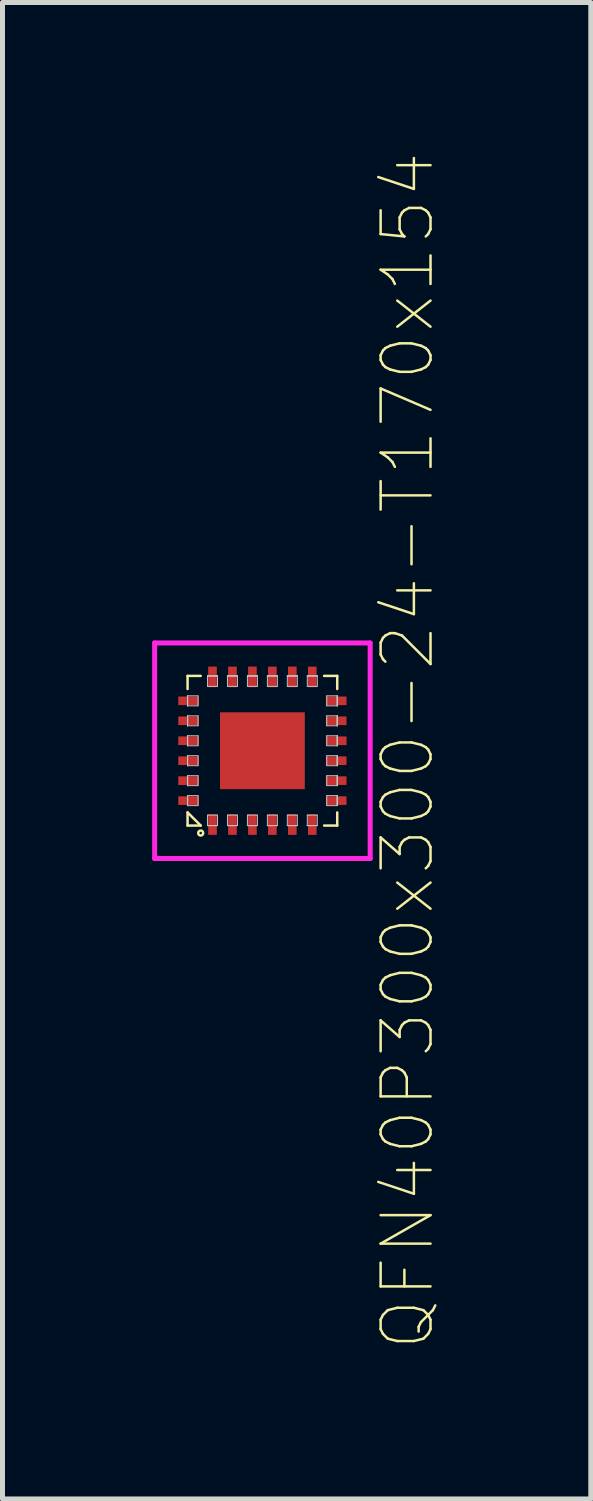
<source format=kicad_pcb>
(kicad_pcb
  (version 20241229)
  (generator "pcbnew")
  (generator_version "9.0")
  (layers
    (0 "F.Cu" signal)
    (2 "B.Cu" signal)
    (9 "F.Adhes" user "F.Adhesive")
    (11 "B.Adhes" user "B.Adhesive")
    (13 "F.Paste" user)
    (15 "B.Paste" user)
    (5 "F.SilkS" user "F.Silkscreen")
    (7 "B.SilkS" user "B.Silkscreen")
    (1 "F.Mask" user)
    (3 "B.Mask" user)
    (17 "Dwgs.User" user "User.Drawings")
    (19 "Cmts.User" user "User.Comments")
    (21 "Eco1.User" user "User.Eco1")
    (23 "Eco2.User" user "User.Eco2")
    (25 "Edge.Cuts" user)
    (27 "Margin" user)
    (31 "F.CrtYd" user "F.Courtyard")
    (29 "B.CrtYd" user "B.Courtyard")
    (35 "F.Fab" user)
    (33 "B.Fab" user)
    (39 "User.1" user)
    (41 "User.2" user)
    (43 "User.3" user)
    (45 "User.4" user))
  (footprint "QFN40P300x300-24-T170x154"
    (layer "F.Cu")
    (at 2.21 11.999)
    (property "Reference" "QFN40P300x300-24-T170x154" (at 2.91 0 90) (layer "F.SilkS") (effects (font (size 1 1) (thickness 0.05))))
    (attr through_hole)
    (fp_line (start -1.5 -1.5) (end -1.5 -1.237) (stroke (width 0.05) (type solid)) (layer "F.SilkS"))
    (fp_line (start -1.5 -1.5) (end -1.237 -1.5) (stroke (width 0.05) (type solid)) (layer "F.SilkS"))
    (fp_line (start -1.5 1.237) (end -1.237 1.5) (stroke (width 0.05) (type solid)) (layer "F.SilkS"))
    (fp_line (start -1.5 1.5) (end -1.5 1.237) (stroke (width 0.05) (type solid)) (layer "F.SilkS"))
    (fp_line (start -1.5 1.5) (end -1.237 1.5) (stroke (width 0.05) (type solid)) (layer "F.SilkS"))
    (fp_line (start 1.5 -1.5) (end 1.237 -1.5) (stroke (width 0.05) (type solid)) (layer "F.SilkS"))
    (fp_line (start 1.5 -1.5) (end 1.5 -1.237) (stroke (width 0.05) (type solid)) (layer "F.SilkS"))
    (fp_line (start 1.5 1.5) (end 1.237 1.5) (stroke (width 0.05) (type solid)) (layer "F.SilkS"))
    (fp_line (start 1.5 1.5) (end 1.5 1.237) (stroke (width 0.05) (type solid)) (layer "F.SilkS"))
    (fp_circle (center -1.237 1.65) (end -1.187 1.65) (stroke (width 0.05) (type solid)) (fill no) (layer "F.SilkS"))
    (fp_line (start -1.5 -1.1) (end -1.5 -1.1) (stroke (width 0.02) (type solid)) (layer "Dwgs.User"))
    (fp_line (start -1.5 -1.1) (end -1.5 -0.9) (stroke (width 0.02) (type solid)) (layer "Dwgs.User"))
    (fp_line (start -1.5 -1.1) (end -1.29 -1.1) (stroke (width 0.02) (type solid)) (layer "Dwgs.User"))
    (fp_line (start -1.5 -0.9) (end -1.5 -1.1) (stroke (width 0.02) (type solid)) (layer "Dwgs.User"))
    (fp_line (start -1.5 -0.9) (end -1.5 -1.1) (stroke (width 0.02) (type solid)) (layer "Dwgs.User"))
    (fp_line (start -1.5 -0.9) (end -1.5 -0.9) (stroke (width 0.02) (type solid)) (layer "Dwgs.User"))
    (fp_line (start -1.5 -0.7) (end -1.5 -0.7) (stroke (width 0.02) (type solid)) (layer "Dwgs.User"))
    (fp_line (start -1.5 -0.7) (end -1.5 -0.5) (stroke (width 0.02) (type solid)) (layer "Dwgs.User"))
    (fp_line (start -1.5 -0.7) (end -1.29 -0.7) (stroke (width 0.02) (type solid)) (layer "Dwgs.User"))
    (fp_line (start -1.5 -0.5) (end -1.5 -0.7) (stroke (width 0.02) (type solid)) (layer "Dwgs.User"))
    (fp_line (start -1.5 -0.5) (end -1.5 -0.7) (stroke (width 0.02) (type solid)) (layer "Dwgs.User"))
    (fp_line (start -1.5 -0.5) (end -1.5 -0.5) (stroke (width 0.02) (type solid)) (layer "Dwgs.User"))
    (fp_line (start -1.5 -0.3) (end -1.5 -0.3) (stroke (width 0.02) (type solid)) (layer "Dwgs.User"))
    (fp_line (start -1.5 -0.3) (end -1.5 -0.1) (stroke (width 0.02) (type solid)) (layer "Dwgs.User"))
    (fp_line (start -1.5 -0.3) (end -1.29 -0.3) (stroke (width 0.02) (type solid)) (layer "Dwgs.User"))
    (fp_line (start -1.5 -0.1) (end -1.5 -0.3) (stroke (width 0.02) (type solid)) (layer "Dwgs.User"))
    (fp_line (start -1.5 -0.1) (end -1.5 -0.3) (stroke (width 0.02) (type solid)) (layer "Dwgs.User"))
    (fp_line (start -1.5 -0.1) (end -1.5 -0.1) (stroke (width 0.02) (type solid)) (layer "Dwgs.User"))
    (fp_line (start -1.5 0.1) (end -1.5 0.1) (stroke (width 0.02) (type solid)) (layer "Dwgs.User"))
    (fp_line (start -1.5 0.1) (end -1.5 0.3) (stroke (width 0.02) (type solid)) (layer "Dwgs.User"))
    (fp_line (start -1.5 0.1) (end -1.29 0.1) (stroke (width 0.02) (type solid)) (layer "Dwgs.User"))
    (fp_line (start -1.5 0.3) (end -1.5 0.1) (stroke (width 0.02) (type solid)) (layer "Dwgs.User"))
    (fp_line (start -1.5 0.3) (end -1.5 0.1) (stroke (width 0.02) (type solid)) (layer "Dwgs.User"))
    (fp_line (start -1.5 0.3) (end -1.5 0.3) (stroke (width 0.02) (type solid)) (layer "Dwgs.User"))
    (fp_line (start -1.5 0.5) (end -1.5 0.5) (stroke (width 0.02) (type solid)) (layer "Dwgs.User"))
    (fp_line (start -1.5 0.5) (end -1.5 0.7) (stroke (width 0.02) (type solid)) (layer "Dwgs.User"))
    (fp_line (start -1.5 0.5) (end -1.29 0.5) (stroke (width 0.02) (type solid)) (layer "Dwgs.User"))
    (fp_line (start -1.5 0.7) (end -1.5 0.5) (stroke (width 0.02) (type solid)) (layer "Dwgs.User"))
    (fp_line (start -1.5 0.7) (end -1.5 0.5) (stroke (width 0.02) (type solid)) (layer "Dwgs.User"))
    (fp_line (start -1.5 0.7) (end -1.5 0.7) (stroke (width 0.02) (type solid)) (layer "Dwgs.User"))
    (fp_line (start -1.5 0.9) (end -1.5 0.9) (stroke (width 0.02) (type solid)) (layer "Dwgs.User"))
    (fp_line (start -1.5 0.9) (end -1.5 1.1) (stroke (width 0.02) (type solid)) (layer "Dwgs.User"))
    (fp_line (start -1.5 0.9) (end -1.29 0.9) (stroke (width 0.02) (type solid)) (layer "Dwgs.User"))
    (fp_line (start -1.5 1.1) (end -1.5 0.9) (stroke (width 0.02) (type solid)) (layer "Dwgs.User"))
    (fp_line (start -1.5 1.1) (end -1.5 0.9) (stroke (width 0.02) (type solid)) (layer "Dwgs.User"))
    (fp_line (start -1.5 1.1) (end -1.5 1.1) (stroke (width 0.02) (type solid)) (layer "Dwgs.User"))
    (fp_line (start -1.29 -1.1) (end -1.29 -0.9) (stroke (width 0.02) (type solid)) (layer "Dwgs.User"))
    (fp_line (start -1.29 -0.9) (end -1.5 -0.9) (stroke (width 0.02) (type solid)) (layer "Dwgs.User"))
    (fp_line (start -1.29 -0.7) (end -1.29 -0.5) (stroke (width 0.02) (type solid)) (layer "Dwgs.User"))
    (fp_line (start -1.29 -0.5) (end -1.5 -0.5) (stroke (width 0.02) (type solid)) (layer "Dwgs.User"))
    (fp_line (start -1.29 -0.3) (end -1.29 -0.1) (stroke (width 0.02) (type solid)) (layer "Dwgs.User"))
    (fp_line (start -1.29 -0.1) (end -1.5 -0.1) (stroke (width 0.02) (type solid)) (layer "Dwgs.User"))
    (fp_line (start -1.29 0.1) (end -1.29 0.3) (stroke (width 0.02) (type solid)) (layer "Dwgs.User"))
    (fp_line (start -1.29 0.3) (end -1.5 0.3) (stroke (width 0.02) (type solid)) (layer "Dwgs.User"))
    (fp_line (start -1.29 0.5) (end -1.29 0.7) (stroke (width 0.02) (type solid)) (layer "Dwgs.User"))
    (fp_line (start -1.29 0.7) (end -1.5 0.7) (stroke (width 0.02) (type solid)) (layer "Dwgs.User"))
    (fp_line (start -1.29 0.9) (end -1.29 1.1) (stroke (width 0.02) (type solid)) (layer "Dwgs.User"))
    (fp_line (start -1.29 1.1) (end -1.5 1.1) (stroke (width 0.02) (type solid)) (layer "Dwgs.User"))
    (fp_line (start -1.1 -1.5) (end -1.1 -1.5) (stroke (width 0.02) (type solid)) (layer "Dwgs.User"))
    (fp_line (start -1.1 -1.5) (end -0.9 -1.5) (stroke (width 0.02) (type solid)) (layer "Dwgs.User"))
    (fp_line (start -1.1 -1.5) (end -0.9 -1.5) (stroke (width 0.02) (type solid)) (layer "Dwgs.User"))
    (fp_line (start -1.1 -1.29) (end -1.1 -1.5) (stroke (width 0.02) (type solid)) (layer "Dwgs.User"))
    (fp_line (start -1.1 1.29) (end -1.1 1.5) (stroke (width 0.02) (type solid)) (layer "Dwgs.User"))
    (fp_line (start -1.1 1.5) (end -1.1 1.5) (stroke (width 0.02) (type solid)) (layer "Dwgs.User"))
    (fp_line (start -1.1 1.5) (end -0.9 1.5) (stroke (width 0.02) (type solid)) (layer "Dwgs.User"))
    (fp_line (start -1.1 1.5) (end -0.9 1.5) (stroke (width 0.02) (type solid)) (layer "Dwgs.User"))
    (fp_line (start -0.9 -1.5) (end -1.1 -1.5) (stroke (width 0.02) (type solid)) (layer "Dwgs.User"))
    (fp_line (start -0.9 -1.5) (end -0.9 -1.5) (stroke (width 0.02) (type solid)) (layer "Dwgs.User"))
    (fp_line (start -0.9 -1.5) (end -0.9 -1.29) (stroke (width 0.02) (type solid)) (layer "Dwgs.User"))
    (fp_line (start -0.9 -1.29) (end -1.1 -1.29) (stroke (width 0.02) (type solid)) (layer "Dwgs.User"))
    (fp_line (start -0.9 1.29) (end -1.1 1.29) (stroke (width 0.02) (type solid)) (layer "Dwgs.User"))
    (fp_line (start -0.9 1.5) (end -1.1 1.5) (stroke (width 0.02) (type solid)) (layer "Dwgs.User"))
    (fp_line (start -0.9 1.5) (end -0.9 1.29) (stroke (width 0.02) (type solid)) (layer "Dwgs.User"))
    (fp_line (start -0.9 1.5) (end -0.9 1.5) (stroke (width 0.02) (type solid)) (layer "Dwgs.User"))
    (fp_line (start -0.7 -1.5) (end -0.7 -1.5) (stroke (width 0.02) (type solid)) (layer "Dwgs.User"))
    (fp_line (start -0.7 -1.5) (end -0.5 -1.5) (stroke (width 0.02) (type solid)) (layer "Dwgs.User"))
    (fp_line (start -0.7 -1.5) (end -0.5 -1.5) (stroke (width 0.02) (type solid)) (layer "Dwgs.User"))
    (fp_line (start -0.7 -1.29) (end -0.7 -1.5) (stroke (width 0.02) (type solid)) (layer "Dwgs.User"))
    (fp_line (start -0.7 1.29) (end -0.7 1.5) (stroke (width 0.02) (type solid)) (layer "Dwgs.User"))
    (fp_line (start -0.7 1.5) (end -0.7 1.5) (stroke (width 0.02) (type solid)) (layer "Dwgs.User"))
    (fp_line (start -0.7 1.5) (end -0.5 1.5) (stroke (width 0.02) (type solid)) (layer "Dwgs.User"))
    (fp_line (start -0.7 1.5) (end -0.5 1.5) (stroke (width 0.02) (type solid)) (layer "Dwgs.User"))
    (fp_line (start -0.5 -1.5) (end -0.7 -1.5) (stroke (width 0.02) (type solid)) (layer "Dwgs.User"))
    (fp_line (start -0.5 -1.5) (end -0.5 -1.5) (stroke (width 0.02) (type solid)) (layer "Dwgs.User"))
    (fp_line (start -0.5 -1.5) (end -0.5 -1.29) (stroke (width 0.02) (type solid)) (layer "Dwgs.User"))
    (fp_line (start -0.5 -1.29) (end -0.7 -1.29) (stroke (width 0.02) (type solid)) (layer "Dwgs.User"))
    (fp_line (start -0.5 1.29) (end -0.7 1.29) (stroke (width 0.02) (type solid)) (layer "Dwgs.User"))
    (fp_line (start -0.5 1.5) (end -0.7 1.5) (stroke (width 0.02) (type solid)) (layer "Dwgs.User"))
    (fp_line (start -0.5 1.5) (end -0.5 1.29) (stroke (width 0.02) (type solid)) (layer "Dwgs.User"))
    (fp_line (start -0.5 1.5) (end -0.5 1.5) (stroke (width 0.02) (type solid)) (layer "Dwgs.User"))
    (fp_line (start -0.3 -1.5) (end -0.3 -1.5) (stroke (width 0.02) (type solid)) (layer "Dwgs.User"))
    (fp_line (start -0.3 -1.5) (end -0.1 -1.5) (stroke (width 0.02) (type solid)) (layer "Dwgs.User"))
    (fp_line (start -0.3 -1.5) (end -0.1 -1.5) (stroke (width 0.02) (type solid)) (layer "Dwgs.User"))
    (fp_line (start -0.3 -1.29) (end -0.3 -1.5) (stroke (width 0.02) (type solid)) (layer "Dwgs.User"))
    (fp_line (start -0.3 1.29) (end -0.3 1.5) (stroke (width 0.02) (type solid)) (layer "Dwgs.User"))
    (fp_line (start -0.3 1.5) (end -0.3 1.5) (stroke (width 0.02) (type solid)) (layer "Dwgs.User"))
    (fp_line (start -0.3 1.5) (end -0.1 1.5) (stroke (width 0.02) (type solid)) (layer "Dwgs.User"))
    (fp_line (start -0.3 1.5) (end -0.1 1.5) (stroke (width 0.02) (type solid)) (layer "Dwgs.User"))
    (fp_line (start -0.1 -1.5) (end -0.3 -1.5) (stroke (width 0.02) (type solid)) (layer "Dwgs.User"))
    (fp_line (start -0.1 -1.5) (end -0.1 -1.5) (stroke (width 0.02) (type solid)) (layer "Dwgs.User"))
    (fp_line (start -0.1 -1.5) (end -0.1 -1.29) (stroke (width 0.02) (type solid)) (layer "Dwgs.User"))
    (fp_line (start -0.1 -1.29) (end -0.3 -1.29) (stroke (width 0.02) (type solid)) (layer "Dwgs.User"))
    (fp_line (start -0.1 1.29) (end -0.3 1.29) (stroke (width 0.02) (type solid)) (layer "Dwgs.User"))
    (fp_line (start -0.1 1.5) (end -0.3 1.5) (stroke (width 0.02) (type solid)) (layer "Dwgs.User"))
    (fp_line (start -0.1 1.5) (end -0.1 1.29) (stroke (width 0.02) (type solid)) (layer "Dwgs.User"))
    (fp_line (start -0.1 1.5) (end -0.1 1.5) (stroke (width 0.02) (type solid)) (layer "Dwgs.User"))
    (fp_line (start 0.1 -1.5) (end 0.1 -1.5) (stroke (width 0.02) (type solid)) (layer "Dwgs.User"))
    (fp_line (start 0.1 -1.5) (end 0.3 -1.5) (stroke (width 0.02) (type solid)) (layer "Dwgs.User"))
    (fp_line (start 0.1 -1.5) (end 0.3 -1.5) (stroke (width 0.02) (type solid)) (layer "Dwgs.User"))
    (fp_line (start 0.1 -1.29) (end 0.1 -1.5) (stroke (width 0.02) (type solid)) (layer "Dwgs.User"))
    (fp_line (start 0.1 1.29) (end 0.1 1.5) (stroke (width 0.02) (type solid)) (layer "Dwgs.User"))
    (fp_line (start 0.1 1.5) (end 0.1 1.5) (stroke (width 0.02) (type solid)) (layer "Dwgs.User"))
    (fp_line (start 0.1 1.5) (end 0.3 1.5) (stroke (width 0.02) (type solid)) (layer "Dwgs.User"))
    (fp_line (start 0.1 1.5) (end 0.3 1.5) (stroke (width 0.02) (type solid)) (layer "Dwgs.User"))
    (fp_line (start 0.3 -1.5) (end 0.1 -1.5) (stroke (width 0.02) (type solid)) (layer "Dwgs.User"))
    (fp_line (start 0.3 -1.5) (end 0.3 -1.5) (stroke (width 0.02) (type solid)) (layer "Dwgs.User"))
    (fp_line (start 0.3 -1.5) (end 0.3 -1.29) (stroke (width 0.02) (type solid)) (layer "Dwgs.User"))
    (fp_line (start 0.3 -1.29) (end 0.1 -1.29) (stroke (width 0.02) (type solid)) (layer "Dwgs.User"))
    (fp_line (start 0.3 1.29) (end 0.1 1.29) (stroke (width 0.02) (type solid)) (layer "Dwgs.User"))
    (fp_line (start 0.3 1.5) (end 0.1 1.5) (stroke (width 0.02) (type solid)) (layer "Dwgs.User"))
    (fp_line (start 0.3 1.5) (end 0.3 1.29) (stroke (width 0.02) (type solid)) (layer "Dwgs.User"))
    (fp_line (start 0.3 1.5) (end 0.3 1.5) (stroke (width 0.02) (type solid)) (layer "Dwgs.User"))
    (fp_line (start 0.5 -1.5) (end 0.5 -1.5) (stroke (width 0.02) (type solid)) (layer "Dwgs.User"))
    (fp_line (start 0.5 -1.5) (end 0.7 -1.5) (stroke (width 0.02) (type solid)) (layer "Dwgs.User"))
    (fp_line (start 0.5 -1.5) (end 0.7 -1.5) (stroke (width 0.02) (type solid)) (layer "Dwgs.User"))
    (fp_line (start 0.5 -1.29) (end 0.5 -1.5) (stroke (width 0.02) (type solid)) (layer "Dwgs.User"))
    (fp_line (start 0.5 1.29) (end 0.5 1.5) (stroke (width 0.02) (type solid)) (layer "Dwgs.User"))
    (fp_line (start 0.5 1.5) (end 0.5 1.5) (stroke (width 0.02) (type solid)) (layer "Dwgs.User"))
    (fp_line (start 0.5 1.5) (end 0.7 1.5) (stroke (width 0.02) (type solid)) (layer "Dwgs.User"))
    (fp_line (start 0.5 1.5) (end 0.7 1.5) (stroke (width 0.02) (type solid)) (layer "Dwgs.User"))
    (fp_line (start 0.7 -1.5) (end 0.5 -1.5) (stroke (width 0.02) (type solid)) (layer "Dwgs.User"))
    (fp_line (start 0.7 -1.5) (end 0.7 -1.5) (stroke (width 0.02) (type solid)) (layer "Dwgs.User"))
    (fp_line (start 0.7 -1.5) (end 0.7 -1.29) (stroke (width 0.02) (type solid)) (layer "Dwgs.User"))
    (fp_line (start 0.7 -1.29) (end 0.5 -1.29) (stroke (width 0.02) (type solid)) (layer "Dwgs.User"))
    (fp_line (start 0.7 1.29) (end 0.5 1.29) (stroke (width 0.02) (type solid)) (layer "Dwgs.User"))
    (fp_line (start 0.7 1.5) (end 0.5 1.5) (stroke (width 0.02) (type solid)) (layer "Dwgs.User"))
    (fp_line (start 0.7 1.5) (end 0.7 1.29) (stroke (width 0.02) (type solid)) (layer "Dwgs.User"))
    (fp_line (start 0.7 1.5) (end 0.7 1.5) (stroke (width 0.02) (type solid)) (layer "Dwgs.User"))
    (fp_line (start 0.9 -1.5) (end 0.9 -1.5) (stroke (width 0.02) (type solid)) (layer "Dwgs.User"))
    (fp_line (start 0.9 -1.5) (end 1.1 -1.5) (stroke (width 0.02) (type solid)) (layer "Dwgs.User"))
    (fp_line (start 0.9 -1.5) (end 1.1 -1.5) (stroke (width 0.02) (type solid)) (layer "Dwgs.User"))
    (fp_line (start 0.9 -1.29) (end 0.9 -1.5) (stroke (width 0.02) (type solid)) (layer "Dwgs.User"))
    (fp_line (start 0.9 1.29) (end 0.9 1.5) (stroke (width 0.02) (type solid)) (layer "Dwgs.User"))
    (fp_line (start 0.9 1.5) (end 0.9 1.5) (stroke (width 0.02) (type solid)) (layer "Dwgs.User"))
    (fp_line (start 0.9 1.5) (end 1.1 1.5) (stroke (width 0.02) (type solid)) (layer "Dwgs.User"))
    (fp_line (start 0.9 1.5) (end 1.1 1.5) (stroke (width 0.02) (type solid)) (layer "Dwgs.User"))
    (fp_line (start 1.1 -1.5) (end 0.9 -1.5) (stroke (width 0.02) (type solid)) (layer "Dwgs.User"))
    (fp_line (start 1.1 -1.5) (end 1.1 -1.5) (stroke (width 0.02) (type solid)) (layer "Dwgs.User"))
    (fp_line (start 1.1 -1.5) (end 1.1 -1.29) (stroke (width 0.02) (type solid)) (layer "Dwgs.User"))
    (fp_line (start 1.1 -1.29) (end 0.9 -1.29) (stroke (width 0.02) (type solid)) (layer "Dwgs.User"))
    (fp_line (start 1.1 1.29) (end 0.9 1.29) (stroke (width 0.02) (type solid)) (layer "Dwgs.User"))
    (fp_line (start 1.1 1.5) (end 0.9 1.5) (stroke (width 0.02) (type solid)) (layer "Dwgs.User"))
    (fp_line (start 1.1 1.5) (end 1.1 1.29) (stroke (width 0.02) (type solid)) (layer "Dwgs.User"))
    (fp_line (start 1.1 1.5) (end 1.1 1.5) (stroke (width 0.02) (type solid)) (layer "Dwgs.User"))
    (fp_line (start 1.29 -1.1) (end 1.29 -0.9) (stroke (width 0.02) (type solid)) (layer "Dwgs.User"))
    (fp_line (start 1.29 -0.9) (end 1.5 -0.9) (stroke (width 0.02) (type solid)) (layer "Dwgs.User"))
    (fp_line (start 1.29 -0.7) (end 1.29 -0.5) (stroke (width 0.02) (type solid)) (layer "Dwgs.User"))
    (fp_line (start 1.29 -0.5) (end 1.5 -0.5) (stroke (width 0.02) (type solid)) (layer "Dwgs.User"))
    (fp_line (start 1.29 -0.3) (end 1.29 -0.1) (stroke (width 0.02) (type solid)) (layer "Dwgs.User"))
    (fp_line (start 1.29 -0.1) (end 1.5 -0.1) (stroke (width 0.02) (type solid)) (layer "Dwgs.User"))
    (fp_line (start 1.29 0.1) (end 1.29 0.3) (stroke (width 0.02) (type solid)) (layer "Dwgs.User"))
    (fp_line (start 1.29 0.3) (end 1.5 0.3) (stroke (width 0.02) (type solid)) (layer "Dwgs.User"))
    (fp_line (start 1.29 0.5) (end 1.29 0.7) (stroke (width 0.02) (type solid)) (layer "Dwgs.User"))
    (fp_line (start 1.29 0.7) (end 1.5 0.7) (stroke (width 0.02) (type solid)) (layer "Dwgs.User"))
    (fp_line (start 1.29 0.9) (end 1.29 1.1) (stroke (width 0.02) (type solid)) (layer "Dwgs.User"))
    (fp_line (start 1.29 1.1) (end 1.5 1.1) (stroke (width 0.02) (type solid)) (layer "Dwgs.User"))
    (fp_line (start 1.5 -1.1) (end 1.29 -1.1) (stroke (width 0.02) (type solid)) (layer "Dwgs.User"))
    (fp_line (start 1.5 -1.1) (end 1.5 -1.1) (stroke (width 0.02) (type solid)) (layer "Dwgs.User"))
    (fp_line (start 1.5 -1.1) (end 1.5 -0.9) (stroke (width 0.02) (type solid)) (layer "Dwgs.User"))
    (fp_line (start 1.5 -0.9) (end 1.5 -1.1) (stroke (width 0.02) (type solid)) (layer "Dwgs.User"))
    (fp_line (start 1.5 -0.9) (end 1.5 -1.1) (stroke (width 0.02) (type solid)) (layer "Dwgs.User"))
    (fp_line (start 1.5 -0.9) (end 1.5 -0.9) (stroke (width 0.02) (type solid)) (layer "Dwgs.User"))
    (fp_line (start 1.5 -0.7) (end 1.29 -0.7) (stroke (width 0.02) (type solid)) (layer "Dwgs.User"))
    (fp_line (start 1.5 -0.7) (end 1.5 -0.7) (stroke (width 0.02) (type solid)) (layer "Dwgs.User"))
    (fp_line (start 1.5 -0.7) (end 1.5 -0.5) (stroke (width 0.02) (type solid)) (layer "Dwgs.User"))
    (fp_line (start 1.5 -0.5) (end 1.5 -0.7) (stroke (width 0.02) (type solid)) (layer "Dwgs.User"))
    (fp_line (start 1.5 -0.5) (end 1.5 -0.7) (stroke (width 0.02) (type solid)) (layer "Dwgs.User"))
    (fp_line (start 1.5 -0.5) (end 1.5 -0.5) (stroke (width 0.02) (type solid)) (layer "Dwgs.User"))
    (fp_line (start 1.5 -0.3) (end 1.29 -0.3) (stroke (width 0.02) (type solid)) (layer "Dwgs.User"))
    (fp_line (start 1.5 -0.3) (end 1.5 -0.3) (stroke (width 0.02) (type solid)) (layer "Dwgs.User"))
    (fp_line (start 1.5 -0.3) (end 1.5 -0.1) (stroke (width 0.02) (type solid)) (layer "Dwgs.User"))
    (fp_line (start 1.5 -0.1) (end 1.5 -0.3) (stroke (width 0.02) (type solid)) (layer "Dwgs.User"))
    (fp_line (start 1.5 -0.1) (end 1.5 -0.3) (stroke (width 0.02) (type solid)) (layer "Dwgs.User"))
    (fp_line (start 1.5 -0.1) (end 1.5 -0.1) (stroke (width 0.02) (type solid)) (layer "Dwgs.User"))
    (fp_line (start 1.5 0.1) (end 1.29 0.1) (stroke (width 0.02) (type solid)) (layer "Dwgs.User"))
    (fp_line (start 1.5 0.1) (end 1.5 0.1) (stroke (width 0.02) (type solid)) (layer "Dwgs.User"))
    (fp_line (start 1.5 0.1) (end 1.5 0.3) (stroke (width 0.02) (type solid)) (layer "Dwgs.User"))
    (fp_line (start 1.5 0.3) (end 1.5 0.1) (stroke (width 0.02) (type solid)) (layer "Dwgs.User"))
    (fp_line (start 1.5 0.3) (end 1.5 0.1) (stroke (width 0.02) (type solid)) (layer "Dwgs.User"))
    (fp_line (start 1.5 0.3) (end 1.5 0.3) (stroke (width 0.02) (type solid)) (layer "Dwgs.User"))
    (fp_line (start 1.5 0.5) (end 1.29 0.5) (stroke (width 0.02) (type solid)) (layer "Dwgs.User"))
    (fp_line (start 1.5 0.5) (end 1.5 0.5) (stroke (width 0.02) (type solid)) (layer "Dwgs.User"))
    (fp_line (start 1.5 0.5) (end 1.5 0.7) (stroke (width 0.02) (type solid)) (layer "Dwgs.User"))
    (fp_line (start 1.5 0.7) (end 1.5 0.5) (stroke (width 0.02) (type solid)) (layer "Dwgs.User"))
    (fp_line (start 1.5 0.7) (end 1.5 0.5) (stroke (width 0.02) (type solid)) (layer "Dwgs.User"))
    (fp_line (start 1.5 0.7) (end 1.5 0.7) (stroke (width 0.02) (type solid)) (layer "Dwgs.User"))
    (fp_line (start 1.5 0.9) (end 1.29 0.9) (stroke (width 0.02) (type solid)) (layer "Dwgs.User"))
    (fp_line (start 1.5 0.9) (end 1.5 0.9) (stroke (width 0.02) (type solid)) (layer "Dwgs.User"))
    (fp_line (start 1.5 0.9) (end 1.5 1.1) (stroke (width 0.02) (type solid)) (layer "Dwgs.User"))
    (fp_line (start 1.5 1.1) (end 1.5 0.9) (stroke (width 0.02) (type solid)) (layer "Dwgs.User"))
    (fp_line (start 1.5 1.1) (end 1.5 0.9) (stroke (width 0.02) (type solid)) (layer "Dwgs.User"))
    (fp_line (start 1.5 1.1) (end 1.5 1.1) (stroke (width 0.02) (type solid)) (layer "Dwgs.User"))
    (fp_line (start -0.75 0) (end 0.75 0) (stroke (width 0.05) (type solid)) (layer "Eco1.User"))
    (fp_line (start 0 -0.75) (end 0 0.75) (stroke (width 0.05) (type solid)) (layer "Eco1.User"))
    (fp_circle (center 0 0) (end 0.5 0) (stroke (width 0.05) (type solid)) (fill no) (layer "Eco1.User"))
    (fp_line (start -2.16 -2.16) (end -2.16 2.16) (stroke (width 0.1) (type solid)) (layer "F.CrtYd"))
    (fp_line (start -2.16 2.16) (end 2.16 2.16) (stroke (width 0.1) (type solid)) (layer "F.CrtYd"))
    (fp_line (start 2.16 -2.16) (end -2.16 -2.16) (stroke (width 0.1) (type solid)) (layer "F.CrtYd"))
    (fp_line (start 2.16 2.16) (end 2.16 -2.16) (stroke (width 0.1) (type solid)) (layer "F.CrtYd"))
    (pad "1" smd rect (at -1 1.48) (size 0.173 0.413) (layers "F.Cu" "F.Mask" "F.Paste"))
    (pad "2" smd rect (at -0.6 1.48) (size 0.173 0.413) (layers "F.Cu" "F.Mask" "F.Paste"))
    (pad "3" smd rect (at -0.2 1.48) (size 0.173 0.413) (layers "F.Cu" "F.Mask" "F.Paste"))
    (pad "4" smd rect (at 0.2 1.48) (size 0.173 0.413) (layers "F.Cu" "F.Mask" "F.Paste"))
    (pad "5" smd rect (at 0.6 1.48) (size 0.173 0.413) (layers "F.Cu" "F.Mask" "F.Paste"))
    (pad "6" smd rect (at 1 1.48) (size 0.173 0.413) (layers "F.Cu" "F.Mask" "F.Paste"))
    (pad "7" smd rect (at 1.48 1) (size 0.413 0.173) (layers "F.Cu" "F.Mask" "F.Paste"))
    (pad "8" smd rect (at 1.48 0.6) (size 0.413 0.173) (layers "F.Cu" "F.Mask" "F.Paste"))
    (pad "9" smd rect (at 1.48 0.2) (size 0.413 0.173) (layers "F.Cu" "F.Mask" "F.Paste"))
    (pad "10" smd rect (at 1.48 -0.2) (size 0.413 0.173) (layers "F.Cu" "F.Mask" "F.Paste"))
    (pad "11" smd rect (at 1.48 -0.6) (size 0.413 0.173) (layers "F.Cu" "F.Mask" "F.Paste"))
    (pad "12" smd rect (at 1.48 -1) (size 0.413 0.173) (layers "F.Cu" "F.Mask" "F.Paste"))
    (pad "13" smd rect (at 1 -1.48) (size 0.173 0.413) (layers "F.Cu" "F.Mask" "F.Paste"))
    (pad "14" smd rect (at 0.6 -1.48) (size 0.173 0.413) (layers "F.Cu" "F.Mask" "F.Paste"))
    (pad "15" smd rect (at 0.2 -1.48) (size 0.173 0.413) (layers "F.Cu" "F.Mask" "F.Paste"))
    (pad "16" smd rect (at -0.2 -1.48) (size 0.173 0.413) (layers "F.Cu" "F.Mask" "F.Paste"))
    (pad "17" smd rect (at -0.6 -1.48) (size 0.173 0.413) (layers "F.Cu" "F.Mask" "F.Paste"))
    (pad "18" smd rect (at -1 -1.48) (size 0.173 0.413) (layers "F.Cu" "F.Mask" "F.Paste"))
    (pad "19" smd rect (at -1.48 -1) (size 0.413 0.173) (layers "F.Cu" "F.Mask" "F.Paste"))
    (pad "20" smd rect (at -1.48 -0.6) (size 0.413 0.173) (layers "F.Cu" "F.Mask" "F.Paste"))
    (pad "21" smd rect (at -1.48 -0.2) (size 0.413 0.173) (layers "F.Cu" "F.Mask" "F.Paste"))
    (pad "22" smd rect (at -1.48 0.2) (size 0.413 0.173) (layers "F.Cu" "F.Mask" "F.Paste"))
    (pad "23" smd rect (at -1.48 0.6) (size 0.413 0.173) (layers "F.Cu" "F.Mask" "F.Paste"))
    (pad "24" smd rect (at -1.48 1) (size 0.413 0.173) (layers "F.Cu" "F.Mask" "F.Paste"))
    (pad "EP" smd rect (at 0 0) (size 1.7 1.54) (layers "F.Cu" "F.Mask" "F.Paste")))
  (gr_rect
    (start -3 -3)
    (end 8.793 26.998)
    (stroke (width 0.1) (type default))
    (fill no)
    (layer "Edge.Cuts")))
</source>
